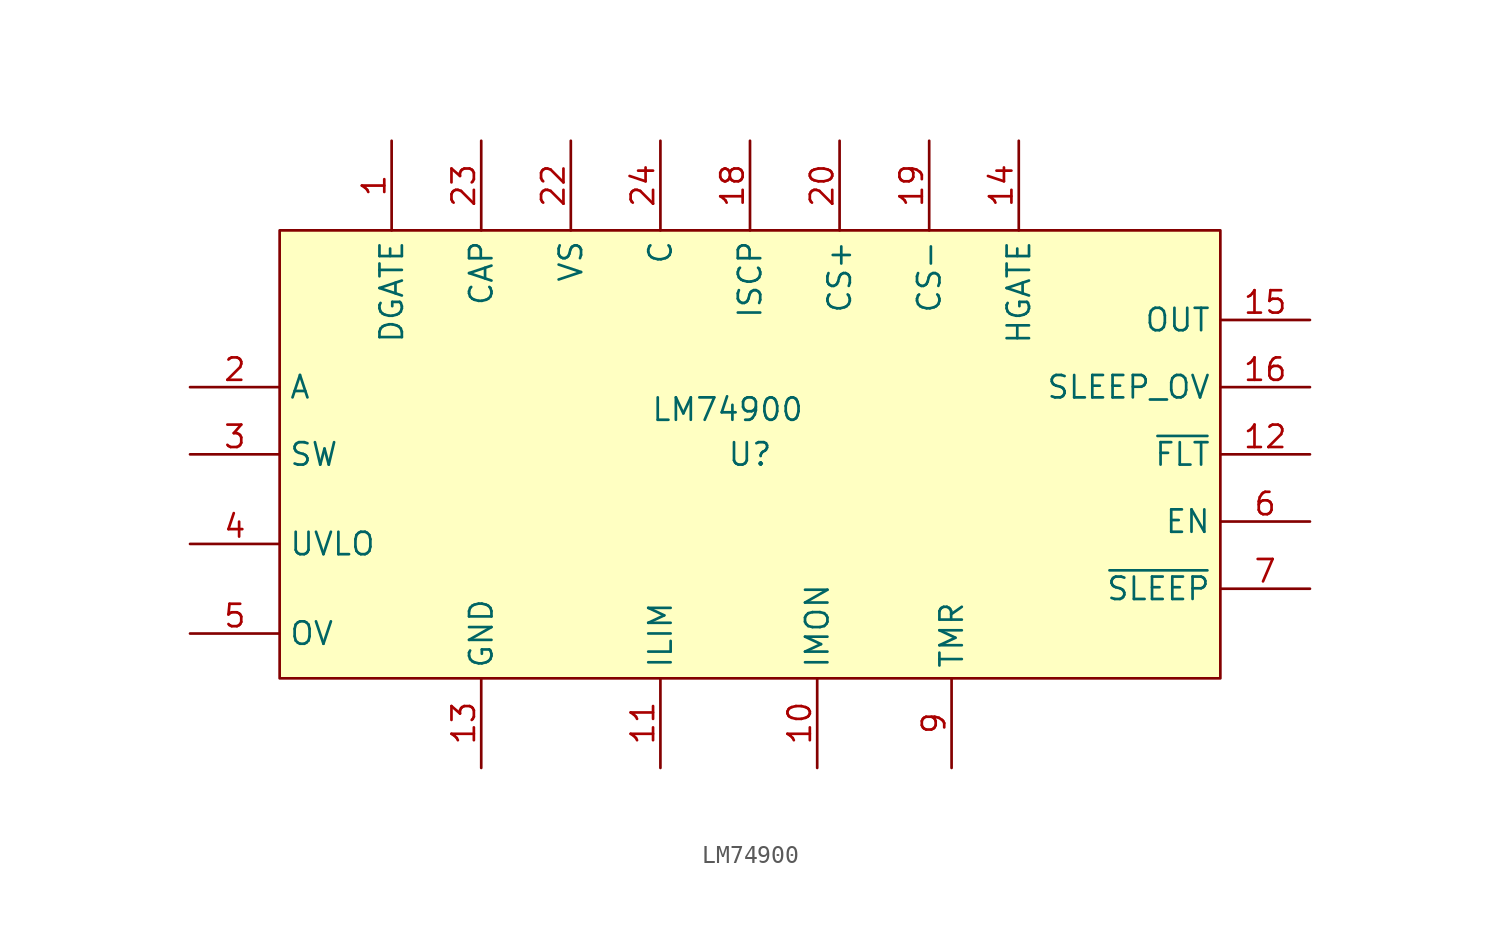
<source format=kicad_sym>
(kicad_symbol_lib
  (version 20231120)
  (generator "kicad_symbol_editor")
  (generator_version "8.99")
  (symbol "LM74900"
    (property "Reference" "U"
      (at 0 0 0)
      (effects (font (size 1.27 1.27))))
    (property "Value" "LM74900"
      (at -1.27 2.54 0)
      (effects (font (size 1.27 1.27))))
    (symbol "LM74900_1_1"
      (rectangle (start -26.67 12.7) (end 26.67 -12.7) (stroke (width 0) (type default)) (fill (type background)))
      (pin output line (at -20.32 17.78 270) (length 5.08) (name "DGATE" (effects (font (size 1.27 1.27)))) (number "1" (effects (font (size 1.27 1.27)))))
      (pin output line (at 3.81 -17.78 90) (length 5.08) (name "IMON" (effects (font (size 1.27 1.27)))) (number "10" (effects (font (size 1.27 1.27)))))
      (pin input line (at -5.08 -17.78 90) (length 5.08) (name "ILIM" (effects (font (size 1.27 1.27)))) (number "11" (effects (font (size 1.27 1.27)))))
      (pin output line (at 31.75 0 180) (length 5.08) (name "~{FLT}" (effects (font (size 1.27 1.27)))) (number "12" (effects (font (size 1.27 1.27)))))
      (pin power_in line (at -15.24 -17.78 90) (length 5.08) (name "GND" (effects (font (size 1.27 1.27)))) (number "13" (effects (font (size 1.27 1.27)))))
      (pin output line (at 15.24 17.78 270) (length 5.08) (name "HGATE" (effects (font (size 1.27 1.27)))) (number "14" (effects (font (size 1.27 1.27)))))
      (pin input line (at 31.75 7.62 180) (length 5.08) (name "OUT" (effects (font (size 1.27 1.27)))) (number "15" (effects (font (size 1.27 1.27)))))
      (pin input line (at 31.75 3.81 180) (length 5.08) (name "SLEEP_OV" (effects (font (size 1.27 1.27)))) (number "16" (effects (font (size 1.27 1.27)))))
      (pin input line (at 0 17.78 270) (length 5.08) (name "ISCP" (effects (font (size 1.27 1.27)))) (number "18" (effects (font (size 1.27 1.27)))))
      (pin input line (at 10.16 17.78 270) (length 5.08) (name "CS-" (effects (font (size 1.27 1.27)))) (number "19" (effects (font (size 1.27 1.27)))))
      (pin input line (at -31.75 3.81 0) (length 5.08) (name "A" (effects (font (size 1.27 1.27)))) (number "2" (effects (font (size 1.27 1.27)))))
      (pin input line (at 5.08 17.78 270) (length 5.08) (name "CS+" (effects (font (size 1.27 1.27)))) (number "20" (effects (font (size 1.27 1.27)))))
      (pin power_in line (at -10.16 17.78 270) (length 5.08) (name "VS" (effects (font (size 1.27 1.27)))) (number "22" (effects (font (size 1.27 1.27)))))
      (pin output line (at -15.24 17.78 270) (length 5.08) (name "CAP" (effects (font (size 1.27 1.27)))) (number "23" (effects (font (size 1.27 1.27)))))
      (pin input line (at -5.08 17.78 270) (length 5.08) (name "C" (effects (font (size 1.27 1.27)))) (number "24" (effects (font (size 1.27 1.27)))))
      (pin input line (at -31.75 0 0) (length 5.08) (name "SW" (effects (font (size 1.27 1.27)))) (number "3" (effects (font (size 1.27 1.27)))))
      (pin input line (at -31.75 -5.08 0) (length 5.08) (name "UVLO" (effects (font (size 1.27 1.27)))) (number "4" (effects (font (size 1.27 1.27)))))
      (pin input line (at -31.75 -10.16 0) (length 5.08) (name "OV" (effects (font (size 1.27 1.27)))) (number "5" (effects (font (size 1.27 1.27)))))
      (pin input line (at 31.75 -3.81 180) (length 5.08) (name "EN" (effects (font (size 1.27 1.27)))) (number "6" (effects (font (size 1.27 1.27)))))
      (pin input line (at 31.75 -7.62 180) (length 5.08) (name "~{SLEEP}" (effects (font (size 1.27 1.27)))) (number "7" (effects (font (size 1.27 1.27)))))
      (pin input line (at 11.43 -17.78 90) (length 5.08) (name "TMR" (effects (font (size 1.27 1.27)))) (number "9" (effects (font (size 1.27 1.27))))))))
</source>
